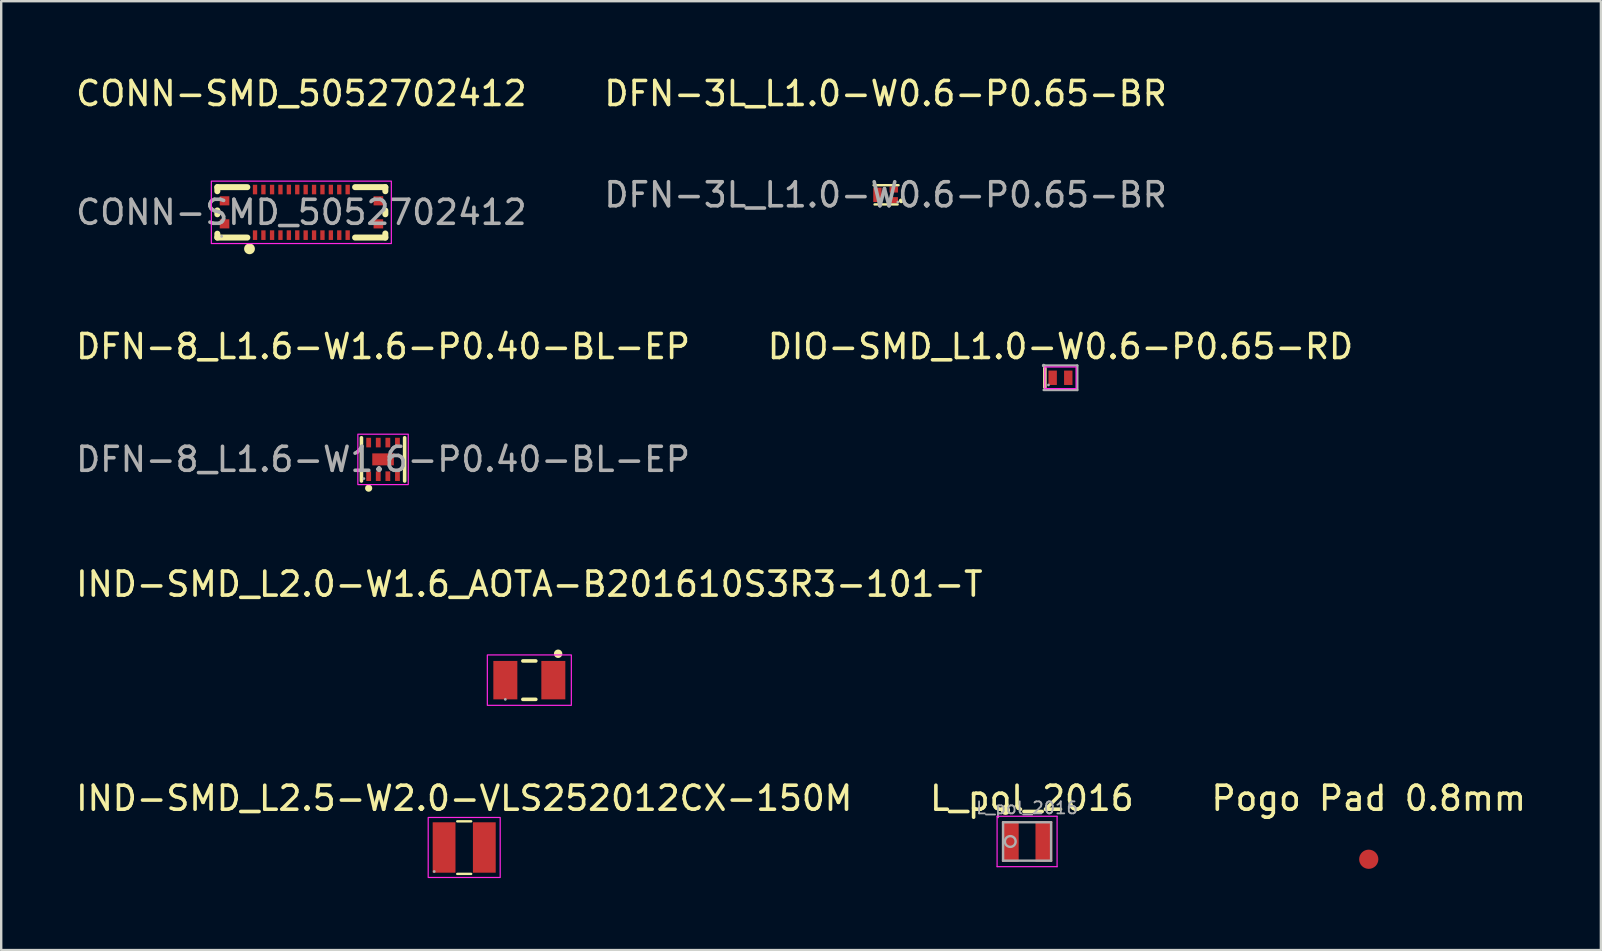
<source format=kicad_pcb>
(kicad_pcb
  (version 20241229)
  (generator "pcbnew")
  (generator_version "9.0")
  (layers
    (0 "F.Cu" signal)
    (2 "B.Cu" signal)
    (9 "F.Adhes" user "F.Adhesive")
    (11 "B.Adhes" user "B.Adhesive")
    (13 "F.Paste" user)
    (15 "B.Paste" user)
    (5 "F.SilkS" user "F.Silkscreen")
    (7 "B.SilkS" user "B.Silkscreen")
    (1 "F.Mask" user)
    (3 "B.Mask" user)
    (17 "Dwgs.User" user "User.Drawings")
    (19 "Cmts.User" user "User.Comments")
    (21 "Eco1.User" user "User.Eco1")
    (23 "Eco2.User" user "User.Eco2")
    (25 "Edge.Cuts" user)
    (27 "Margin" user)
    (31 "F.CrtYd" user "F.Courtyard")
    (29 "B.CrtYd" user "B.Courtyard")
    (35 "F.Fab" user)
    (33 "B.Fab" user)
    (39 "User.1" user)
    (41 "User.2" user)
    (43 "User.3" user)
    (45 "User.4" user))
  (footprint "IND-SMD_L2.5-W2.0-VLS252012CX-150M"
    (layer "F.Cu")
    (at 16.292 32.263)
    (property "Reference" "IND-SMD_L2.5-W2.0-VLS252012CX-150M" (at 0 -2.05 180) (layer "F.SilkS") (effects (font (size 1 1) (thickness 0.15))))
    (attr smd)
    (fp_line (start -0.29 -1.09) (end 0.29 -1.09) (stroke (width 0.1) (type solid)) (layer "F.SilkS"))
    (fp_line (start 0.29 1.1) (end -0.29 1.1) (stroke (width 0.1) (type solid)) (layer "F.SilkS"))
    (fp_rect (start -1.5 -1.25) (end 1.5 1.25) (stroke (width 0.05) (type default)) (fill no) (layer "F.CrtYd"))
    (fp_circle (center -1.25 1) (end -1.22 1) (stroke (width 0.06) (type solid)) (fill no) (layer "F.Fab"))
    (pad "1" smd rect (at -0.838 0) (size 0.95 2.1) (layers "F.Cu" "F.Mask" "F.Paste"))
    (pad "2" smd rect (at 0.838 0) (size 0.95 2.1) (layers "F.Cu" "F.Mask" "F.Paste")))
  (footprint "CONN-SMD_5052702412"
    (layer "F.Cu")
    (at 9.506 5.798)
    (property "Reference" "CONN-SMD_5052702412" (at 0 -4.95 0) (layer "F.SilkS") (effects (font (size 1 1) (thickness 0.15))))
    (attr smd)
    (fp_line (start -3.5 -1.05) (end -3.5 -0.88) (stroke (width 0.25) (type solid)) (layer "F.SilkS"))
    (fp_line (start -3.5 -0.08) (end -3.5 0.08) (stroke (width 0.25) (type solid)) (layer "F.SilkS"))
    (fp_line (start -3.5 0.89) (end -3.5 1.05) (stroke (width 0.25) (type solid)) (layer "F.SilkS"))
    (fp_line (start -3.5 1.05) (end -2.25 1.05) (stroke (width 0.25) (type solid)) (layer "F.SilkS"))
    (fp_line (start -2.25 -1.05) (end -3.5 -1.05) (stroke (width 0.25) (type solid)) (layer "F.SilkS"))
    (fp_line (start 2.24 1.05) (end 3.5 1.05) (stroke (width 0.25) (type solid)) (layer "F.SilkS"))
    (fp_line (start 3.5 -1.05) (end 2.24 -1.05) (stroke (width 0.25) (type solid)) (layer "F.SilkS"))
    (fp_line (start 3.5 -0.88) (end 3.5 -1.05) (stroke (width 0.25) (type solid)) (layer "F.SilkS"))
    (fp_line (start 3.5 0.08) (end 3.5 -0.08) (stroke (width 0.25) (type solid)) (layer "F.SilkS"))
    (fp_line (start 3.5 1.05) (end 3.5 0.88) (stroke (width 0.25) (type solid)) (layer "F.SilkS"))
    (fp_circle (center -2.16 1.52) (end -2.06 1.52) (stroke (width 0.25) (type solid)) (fill yes) (layer "F.SilkS"))
    (fp_rect (start -3.75 -1.3) (end 3.75 1.3) (stroke (width 0.05) (type solid)) (fill no) (layer "F.CrtYd"))
    (fp_circle (center -3.32 1) (end -3.29 1) (stroke (width 0.06) (type solid)) (fill no) (layer "F.Fab"))
    (fp_text user "${REFERENCE}" (at 0 0 0) (layer "F.Fab") (effects (font (size 1 1) (thickness 0.15))))
    (pad "1" smd rect (at -1.93 0.95 180) (size 0.18 0.4) (layers "F.Cu" "F.Mask" "F.Paste"))
    (pad "2" smd rect (at -1.58 0.95 180) (size 0.18 0.4) (layers "F.Cu" "F.Mask" "F.Paste"))
    (pad "3" smd rect (at -1.22 0.95 180) (size 0.18 0.4) (layers "F.Cu" "F.Mask" "F.Paste"))
    (pad "4" smd rect (at -0.87 0.95 180) (size 0.18 0.4) (layers "F.Cu" "F.Mask" "F.Paste"))
    (pad "5" smd rect (at -0.52 0.95 180) (size 0.18 0.4) (layers "F.Cu" "F.Mask" "F.Paste"))
    (pad "6" smd rect (at -0.17 0.95 180) (size 0.18 0.4) (layers "F.Cu" "F.Mask" "F.Paste"))
    (pad "7" smd rect (at 0.18 0.95 180) (size 0.18 0.4) (layers "F.Cu" "F.Mask" "F.Paste"))
    (pad "8" smd rect (at 0.53 0.95 180) (size 0.18 0.4) (layers "F.Cu" "F.Mask" "F.Paste"))
    (pad "9" smd rect (at 0.88 0.95 180) (size 0.18 0.4) (layers "F.Cu" "F.Mask" "F.Paste"))
    (pad "10" smd rect (at 1.23 0.95 180) (size 0.18 0.4) (layers "F.Cu" "F.Mask" "F.Paste"))
    (pad "11" smd rect (at 1.58 0.95 180) (size 0.18 0.4) (layers "F.Cu" "F.Mask" "F.Paste"))
    (pad "12" smd rect (at 1.93 0.95 180) (size 0.18 0.4) (layers "F.Cu" "F.Mask" "F.Paste"))
    (pad "13" smd rect (at 1.93 -0.95 180) (size 0.18 0.4) (layers "F.Cu" "F.Mask" "F.Paste"))
    (pad "14" smd rect (at 1.58 -0.95 180) (size 0.18 0.4) (layers "F.Cu" "F.Mask" "F.Paste"))
    (pad "15" smd rect (at 1.23 -0.95 180) (size 0.18 0.4) (layers "F.Cu" "F.Mask" "F.Paste"))
    (pad "16" smd rect (at 0.88 -0.95 180) (size 0.18 0.4) (layers "F.Cu" "F.Mask" "F.Paste"))
    (pad "17" smd rect (at 0.53 -0.95 180) (size 0.18 0.4) (layers "F.Cu" "F.Mask" "F.Paste"))
    (pad "18" smd rect (at 0.18 -0.95 180) (size 0.18 0.4) (layers "F.Cu" "F.Mask" "F.Paste"))
    (pad "19" smd rect (at -0.17 -0.95 180) (size 0.18 0.4) (layers "F.Cu" "F.Mask" "F.Paste"))
    (pad "20" smd rect (at -0.52 -0.95 180) (size 0.18 0.4) (layers "F.Cu" "F.Mask" "F.Paste"))
    (pad "21" smd rect (at -0.87 -0.95 180) (size 0.18 0.4) (layers "F.Cu" "F.Mask" "F.Paste"))
    (pad "22" smd rect (at -1.22 -0.95 180) (size 0.18 0.4) (layers "F.Cu" "F.Mask" "F.Paste"))
    (pad "23" smd rect (at -1.58 -0.95 180) (size 0.18 0.4) (layers "F.Cu" "F.Mask" "F.Paste"))
    (pad "24" smd rect (at -1.93 -0.95 180) (size 0.18 0.4) (layers "F.Cu" "F.Mask" "F.Paste"))
    (pad "X1A" smd rect (at -3.2 0.48 180) (size 0.4 0.38) (layers "F.Cu" "F.Mask" "F.Paste"))
    (pad "X1B" smd rect (at -3.2 -0.48 180) (size 0.4 0.38) (layers "F.Cu" "F.Mask" "F.Paste"))
    (pad "X2A" smd rect (at 3.21 0.48 180) (size 0.4 0.38) (layers "F.Cu" "F.Mask" "F.Paste"))
    (pad "X2B" smd rect (at 3.21 -0.48 180) (size 0.4 0.38) (layers "F.Cu" "F.Mask" "F.Paste")))
  (footprint "DIO-SMD_L1.0-W0.6-P0.65-RD"
    (layer "F.Cu")
    (at 41.137 12.691)
    (property "Reference" "DIO-SMD_L1.0-W0.6-P0.65-RD" (at 0 -1.3 0) (layer "F.SilkS") (effects (font (size 1 1) (thickness 0.15))))
    (attr smd)
    (fp_line (start -0.65 0.4) (end -0.65 -0.4) (stroke (width 0.15) (type solid)) (layer "F.SilkS"))
    (fp_rect (start -0.65 -0.45) (end 0.65 0.45) (stroke (width 0.05) (type default)) (fill no) (layer "F.CrtYd"))
    (fp_line (start -0.7 -0.51) (end -0.7 -0.51) (stroke (width 0.15) (type solid)) (layer "F.Fab"))
    (fp_line (start -0.7 0.51) (end 0.7 0.51) (stroke (width 0.1) (type solid)) (layer "F.Fab"))
    (fp_line (start 0.7 -0.51) (end -0.7 -0.51) (stroke (width 0.1) (type solid)) (layer "F.Fab"))
    (fp_line (start 0.7 0.51) (end 0.7 -0.51) (stroke (width 0.1) (type solid)) (layer "F.Fab"))
    (fp_circle (center -0.5 0.3) (end -0.47 0.3) (stroke (width 0.06) (type solid)) (fill no) (layer "F.Fab"))
    (pad "1" smd rect (at -0.325 0 180) (size 0.35 0.6) (layers "F.Cu" "F.Mask" "F.Paste"))
    (pad "2" smd rect (at 0.325 0 180) (size 0.35 0.6) (layers "F.Cu" "F.Mask" "F.Paste")))
  (footprint "IND-SMD_L2.0-W1.6_AOTA-B201610S3R3-101-T"
    (layer "F.Cu")
    (at 19.006 25.29)
    (property "Reference" "IND-SMD_L2.0-W1.6_AOTA-B201610S3R3-101-T" (at 0 -4 180) (layer "F.SilkS") (effects (font (size 1 1) (thickness 0.15))))
    (attr smd)
    (fp_line (start -0.27 -0.8) (end 0.27 -0.8) (stroke (width 0.15) (type solid)) (layer "F.SilkS"))
    (fp_line (start -0.27 0.8) (end 0.27 0.8) (stroke (width 0.15) (type solid)) (layer "F.SilkS"))
    (fp_circle (center 1.2 -1.1) (end 1.3 -1.1) (stroke (width 0.15) (type solid)) (fill yes) (layer "F.SilkS"))
    (fp_rect (start -1.75 -1.05) (end 1.75 1.05) (stroke (width 0.05) (type default)) (fill no) (layer "F.CrtYd"))
    (fp_circle (center -1 0.8) (end -0.97 0.8) (stroke (width 0.06) (type solid)) (fill no) (layer "F.Fab"))
    (pad "1" smd rect (at -1 0) (size 1 1.6) (layers "F.Cu" "F.Mask" "F.Paste"))
    (pad "2" smd rect (at 1 0) (size 1 1.6) (layers "F.Cu" "F.Mask" "F.Paste")))
  (footprint "Pogo Pad 0.8mm"
    (layer "F.Cu")
    (at 53.982 32.753)
    (property "Reference" "Pogo Pad 0.8mm" (at 0 -2.54 0) (layer "F.SilkS") (effects (font (size 1 1) (thickness 0.15))))
    (attr exclude_from_pos_files)
    (pad "1" smd circle (at 0 0 180) (size 0.8 0.8) (layers "F.Cu" "F.Mask" "F.Paste")))
  (footprint "L_pol_2016"
    (layer "F.Cu")
    (at 39.746 32.013)
    (property "Reference" "L_pol_2016" (at 0.2 -1.8 0) (layer "F.SilkS") (effects (font (size 1 1) (thickness 0.15))))
    (attr smd)
    (fp_circle (center -0.9 -1.3) (end -0.759 -1.3) (stroke (width 0.1) (type solid)) (fill yes) (layer "F.SilkS"))
    (fp_line (start -1.25 -1.05) (end -1.25 1.05) (stroke (width 0.05) (type solid)) (layer "F.CrtYd"))
    (fp_line (start -1.25 1.05) (end 1.25 1.05) (stroke (width 0.05) (type solid)) (layer "F.CrtYd"))
    (fp_line (start 1.25 -1.05) (end -1.25 -1.05) (stroke (width 0.05) (type solid)) (layer "F.CrtYd"))
    (fp_line (start 1.25 1.05) (end 1.25 -1.05) (stroke (width 0.05) (type solid)) (layer "F.CrtYd"))
    (fp_line (start -1 -0.8) (end -1 0.8) (stroke (width 0.1) (type solid)) (layer "F.Fab"))
    (fp_line (start -1 0.8) (end 1 0.8) (stroke (width 0.1) (type solid)) (layer "F.Fab"))
    (fp_line (start 1 -0.8) (end -1 -0.8) (stroke (width 0.1) (type solid)) (layer "F.Fab"))
    (fp_line (start 1 0.8) (end 1 -0.8) (stroke (width 0.1) (type solid)) (layer "F.Fab"))
    (fp_circle (center -0.7 0) (end -0.476 0) (stroke (width 0.1) (type solid)) (fill no) (layer "F.Fab"))
    (fp_text user "${REFERENCE}" (at 0 -1.4 0) (layer "F.Fab") (effects (font (size 0.5 0.5) (thickness 0.075))))
    (pad "1" smd rect (at -0.7 0) (size 0.7 1.7) (layers "F.Cu" "F.Mask" "F.Paste"))
    (pad "2" smd rect (at 0.7 0) (size 0.7 1.7) (layers "F.Cu" "F.Mask" "F.Paste")))
  (footprint "DFN-8_L1.6-W1.6-P0.40-BL-EP"
    (layer "F.Cu")
    (at 12.911 16.091)
    (property "Reference" "DFN-8_L1.6-W1.6-P0.40-BL-EP" (at 0 -4.7 0) (layer "F.SilkS") (effects (font (size 1 1) (thickness 0.15))))
    (attr smd)
    (fp_line (start -0.9 -0.9) (end -0.9 0.9) (stroke (width 0.15) (type solid)) (layer "F.SilkS"))
    (fp_line (start 0.9 -0.9) (end 0.9 0.9) (stroke (width 0.15) (type solid)) (layer "F.SilkS"))
    (fp_circle (center -0.6 1.2) (end -0.5 1.2) (stroke (width 0.1) (type solid)) (fill yes) (layer "F.SilkS"))
    (fp_rect (start -1.05 -1.05) (end 1.05 1.05) (stroke (width 0.05) (type default)) (fill no) (layer "F.CrtYd"))
    (fp_circle (center -0.8 0.8) (end -0.77 0.8) (stroke (width 0.06) (type solid)) (fill no) (layer "F.Fab"))
    (fp_text user "${REFERENCE}" (at 0 0 0) (layer "F.Fab") (effects (font (size 1 1) (thickness 0.15))))
    (pad "1" smd rect (at -0.6 0.7 90) (size 0.4 0.2) (layers "F.Cu" "F.Mask" "F.Paste"))
    (pad "2" smd rect (at -0.2 0.7 90) (size 0.4 0.2) (layers "F.Cu" "F.Mask" "F.Paste"))
    (pad "3" smd rect (at 0.2 0.7 90) (size 0.4 0.2) (layers "F.Cu" "F.Mask" "F.Paste"))
    (pad "4" smd rect (at 0.6 0.7 90) (size 0.4 0.2) (layers "F.Cu" "F.Mask" "F.Paste"))
    (pad "5" smd rect (at 0.6 -0.7 90) (size 0.4 0.2) (layers "F.Cu" "F.Mask" "F.Paste"))
    (pad "6" smd rect (at 0.2 -0.7 90) (size 0.4 0.2) (layers "F.Cu" "F.Mask" "F.Paste"))
    (pad "7" smd rect (at -0.2 -0.7 90) (size 0.4 0.2) (layers "F.Cu" "F.Mask" "F.Paste"))
    (pad "8" smd rect (at -0.6 -0.7 90) (size 0.4 0.2) (layers "F.Cu" "F.Mask" "F.Paste"))
    (pad "9" smd rect (at 0 0 90) (size 0.5 0.9) (layers "F.Cu" "F.Mask" "F.Paste")))
  (footprint "DFN-3L_L1.0-W0.6-P0.65-BR"
    (layer "F.Cu")
    (at 33.851 5.068)
    (property "Reference" "DFN-3L_L1.0-W0.6-P0.65-BR" (at 0 -4.22 0) (layer "F.SilkS") (effects (font (size 1 1) (thickness 0.15))))
    (attr smd)
    (fp_line (start -0.5 -0.4) (end 0.54 -0.4) (stroke (width 0.1) (type solid)) (layer "F.SilkS"))
    (fp_line (start 0.5 0.4) (end -0.46 0.4) (stroke (width 0.1) (type solid)) (layer "F.SilkS"))
    (fp_circle (center 0.65 0.25) (end 0.7 0.25) (stroke (width 0.1) (type solid)) (fill no) (layer "F.SilkS"))
    (fp_circle (center 0.51 0.3) (end 0.54 0.3) (stroke (width 0.06) (type solid)) (fill no) (layer "F.Fab"))
    (fp_text user "${REFERENCE}" (at 0 0 0) (layer "F.Fab") (effects (font (size 1 1) (thickness 0.15))))
    (pad "1" smd rect (at 0.34 0.22 270) (size 0.25 0.35) (layers "F.Cu" "F.Mask" "F.Paste"))
    (pad "2" smd rect (at 0.34 -0.22 270) (size 0.25 0.35) (layers "F.Cu" "F.Mask" "F.Paste"))
    (pad "3" smd rect (at -0.34 0 90) (size 0.6 0.35) (layers "F.Cu" "F.Mask" "F.Paste")))
  (gr_rect
    (start -3 -3)
    (end 63.655 36.538)
    (stroke (width 0.1) (type default))
    (fill no)
    (layer "Edge.Cuts")))
</source>
